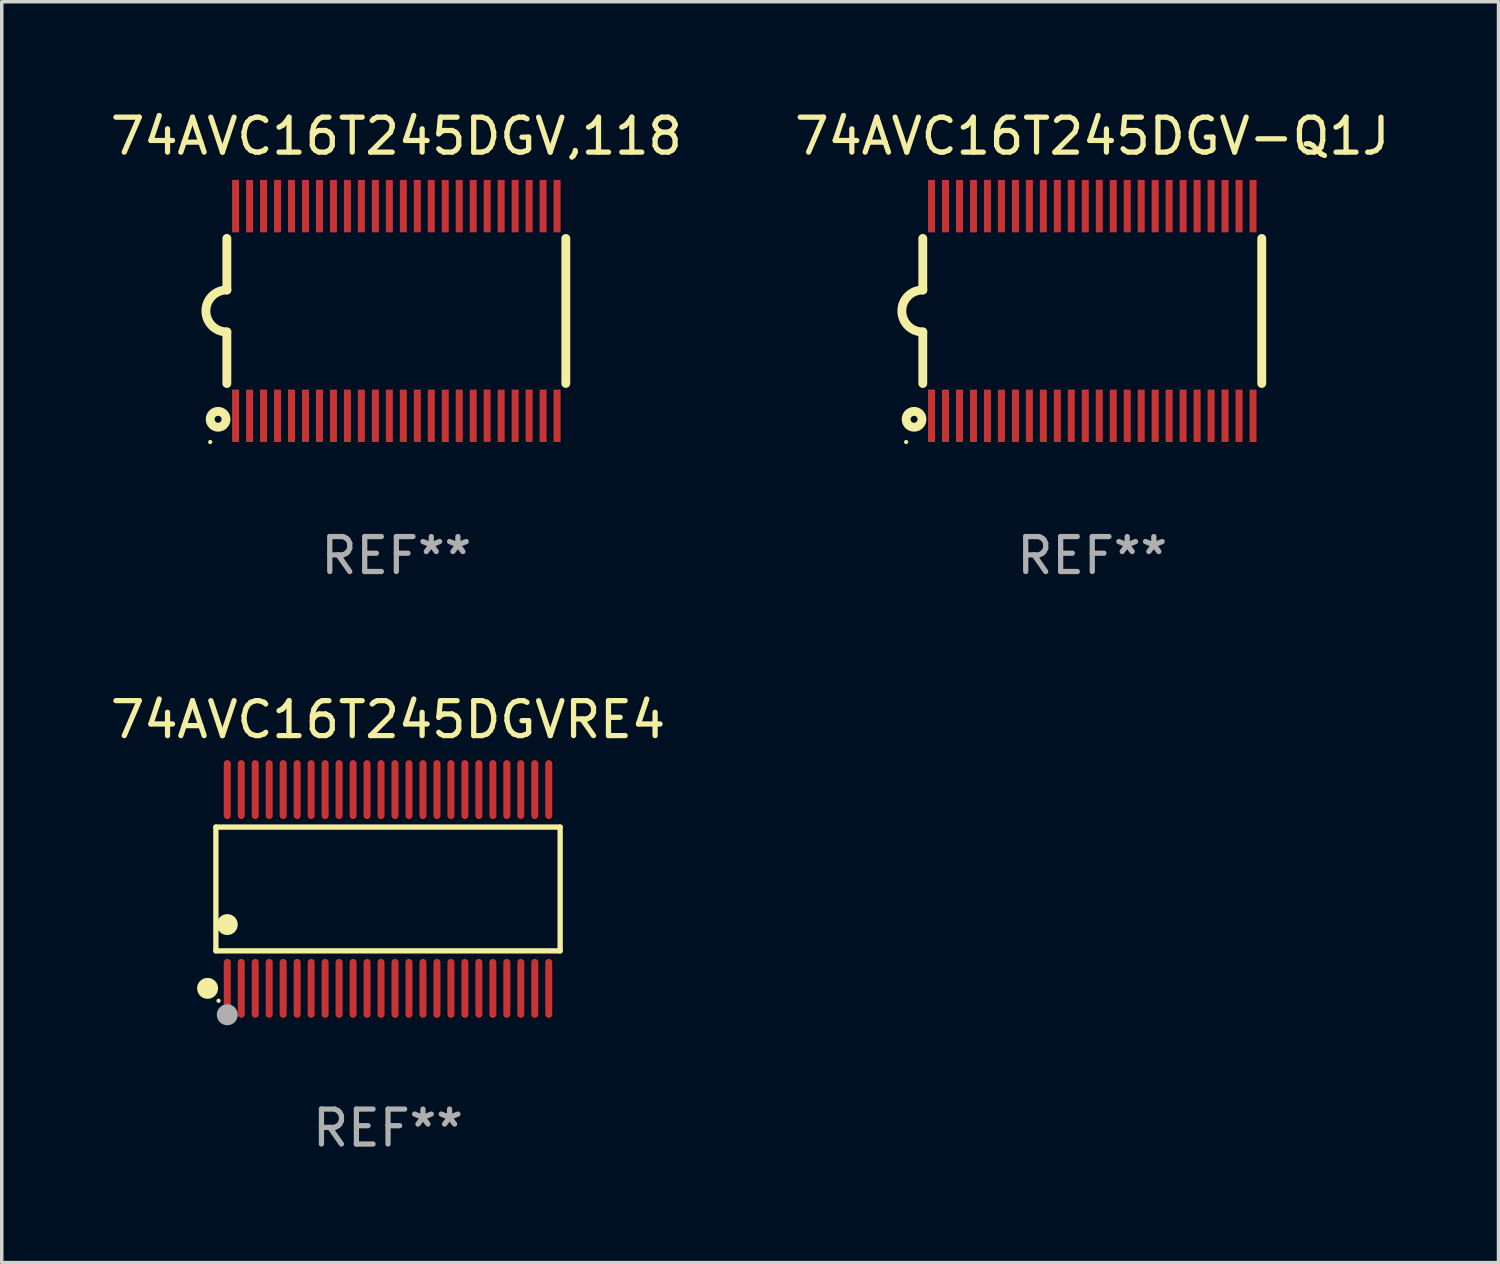
<source format=kicad_pcb>
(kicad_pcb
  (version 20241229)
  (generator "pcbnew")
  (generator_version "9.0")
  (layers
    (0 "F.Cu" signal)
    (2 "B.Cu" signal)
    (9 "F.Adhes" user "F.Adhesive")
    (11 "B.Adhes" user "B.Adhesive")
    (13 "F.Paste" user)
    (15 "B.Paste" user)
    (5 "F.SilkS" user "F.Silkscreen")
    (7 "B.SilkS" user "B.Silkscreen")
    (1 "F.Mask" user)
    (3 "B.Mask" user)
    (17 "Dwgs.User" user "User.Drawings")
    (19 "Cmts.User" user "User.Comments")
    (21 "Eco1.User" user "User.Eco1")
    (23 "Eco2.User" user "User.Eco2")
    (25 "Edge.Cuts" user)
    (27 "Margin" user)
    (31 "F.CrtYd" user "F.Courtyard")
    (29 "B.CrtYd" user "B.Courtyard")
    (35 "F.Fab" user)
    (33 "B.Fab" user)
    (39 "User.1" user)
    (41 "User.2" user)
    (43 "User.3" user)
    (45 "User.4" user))
  (footprint "74AVC16T245DGVRE4"
    (layer "F.Cu")
    (at 8.054 22.39)
    (property "Reference" "74AVC16T245DGVRE4" (at 0 -4.844 0) (layer "F.SilkS") (effects (font (size 1 1) (thickness 0.15))))
    (attr through_hole)
    (fp_line (start -4.926 -1.771) (end 4.926 -1.771) (stroke (width 0.152) (type solid)) (layer "F.SilkS"))
    (fp_line (start -4.926 1.771) (end -4.926 -1.771) (stroke (width 0.152) (type solid)) (layer "F.SilkS"))
    (fp_line (start 4.926 -1.771) (end 4.926 1.771) (stroke (width 0.152) (type solid)) (layer "F.SilkS"))
    (fp_line (start 4.926 1.771) (end -4.926 1.771) (stroke (width 0.152) (type solid)) (layer "F.SilkS"))
    (fp_circle (center -5.164 2.844) (end -5.014 2.844) (stroke (width 0.3) (type solid)) (fill no) (layer "F.SilkS"))
    (fp_circle (center -4.85 3.2) (end -4.82 3.2) (stroke (width 0.06) (type solid)) (fill no) (layer "F.SilkS"))
    (fp_circle (center -4.6 1.019) (end -4.45 1.019) (stroke (width 0.3) (type solid)) (fill no) (layer "F.SilkS"))
    (fp_circle (center -4.6 3.6) (end -4.45 3.6) (stroke (width 0.3) (type solid)) (fill no) (layer "F.Fab"))
    (fp_text user "REF**" (at 0 6.844 0) (layer "F.Fab") (effects (font (size 1 1) (thickness 0.15))))
    (pad "1" smd oval (at -4.6 2.844) (size 0.2 1.687) (layers "F.Cu" "F.Mask" "F.Paste"))
    (pad "2" smd oval (at -4.2 2.844) (size 0.2 1.687) (layers "F.Cu" "F.Mask" "F.Paste"))
    (pad "3" smd oval (at -3.8 2.844) (size 0.2 1.687) (layers "F.Cu" "F.Mask" "F.Paste"))
    (pad "4" smd oval (at -3.4 2.844) (size 0.2 1.687) (layers "F.Cu" "F.Mask" "F.Paste"))
    (pad "5" smd oval (at -3 2.844) (size 0.2 1.687) (layers "F.Cu" "F.Mask" "F.Paste"))
    (pad "6" smd oval (at -2.6 2.844) (size 0.2 1.687) (layers "F.Cu" "F.Mask" "F.Paste"))
    (pad "7" smd oval (at -2.2 2.844) (size 0.2 1.687) (layers "F.Cu" "F.Mask" "F.Paste"))
    (pad "8" smd oval (at -1.8 2.844) (size 0.2 1.687) (layers "F.Cu" "F.Mask" "F.Paste"))
    (pad "9" smd oval (at -1.4 2.844) (size 0.2 1.687) (layers "F.Cu" "F.Mask" "F.Paste"))
    (pad "10" smd oval (at -1 2.844) (size 0.2 1.687) (layers "F.Cu" "F.Mask" "F.Paste"))
    (pad "11" smd oval (at -0.6 2.844) (size 0.2 1.687) (layers "F.Cu" "F.Mask" "F.Paste"))
    (pad "12" smd oval (at -0.2 2.844) (size 0.2 1.687) (layers "F.Cu" "F.Mask" "F.Paste"))
    (pad "13" smd oval (at 0.2 2.844) (size 0.2 1.687) (layers "F.Cu" "F.Mask" "F.Paste"))
    (pad "14" smd oval (at 0.6 2.844) (size 0.2 1.687) (layers "F.Cu" "F.Mask" "F.Paste"))
    (pad "15" smd oval (at 1 2.844) (size 0.2 1.687) (layers "F.Cu" "F.Mask" "F.Paste"))
    (pad "16" smd oval (at 1.4 2.844) (size 0.2 1.687) (layers "F.Cu" "F.Mask" "F.Paste"))
    (pad "17" smd oval (at 1.8 2.844) (size 0.2 1.687) (layers "F.Cu" "F.Mask" "F.Paste"))
    (pad "18" smd oval (at 2.2 2.844) (size 0.2 1.687) (layers "F.Cu" "F.Mask" "F.Paste"))
    (pad "19" smd oval (at 2.6 2.844) (size 0.2 1.687) (layers "F.Cu" "F.Mask" "F.Paste"))
    (pad "20" smd oval (at 3 2.844) (size 0.2 1.687) (layers "F.Cu" "F.Mask" "F.Paste"))
    (pad "21" smd oval (at 3.4 2.844) (size 0.2 1.687) (layers "F.Cu" "F.Mask" "F.Paste"))
    (pad "22" smd oval (at 3.8 2.844) (size 0.2 1.687) (layers "F.Cu" "F.Mask" "F.Paste"))
    (pad "23" smd oval (at 4.2 2.844) (size 0.2 1.687) (layers "F.Cu" "F.Mask" "F.Paste"))
    (pad "24" smd oval (at 4.6 2.844) (size 0.2 1.687) (layers "F.Cu" "F.Mask" "F.Paste"))
    (pad "25" smd oval (at 4.6 -2.844) (size 0.2 1.687) (layers "F.Cu" "F.Mask" "F.Paste"))
    (pad "26" smd oval (at 4.2 -2.844) (size 0.2 1.687) (layers "F.Cu" "F.Mask" "F.Paste"))
    (pad "27" smd oval (at 3.8 -2.844) (size 0.2 1.687) (layers "F.Cu" "F.Mask" "F.Paste"))
    (pad "28" smd oval (at 3.4 -2.844) (size 0.2 1.687) (layers "F.Cu" "F.Mask" "F.Paste"))
    (pad "29" smd oval (at 3 -2.844) (size 0.2 1.687) (layers "F.Cu" "F.Mask" "F.Paste"))
    (pad "30" smd oval (at 2.6 -2.844) (size 0.2 1.687) (layers "F.Cu" "F.Mask" "F.Paste"))
    (pad "31" smd oval (at 2.2 -2.844) (size 0.2 1.687) (layers "F.Cu" "F.Mask" "F.Paste"))
    (pad "32" smd oval (at 1.8 -2.844) (size 0.2 1.687) (layers "F.Cu" "F.Mask" "F.Paste"))
    (pad "33" smd oval (at 1.4 -2.844) (size 0.2 1.687) (layers "F.Cu" "F.Mask" "F.Paste"))
    (pad "34" smd oval (at 1 -2.844) (size 0.2 1.687) (layers "F.Cu" "F.Mask" "F.Paste"))
    (pad "35" smd oval (at 0.6 -2.844) (size 0.2 1.687) (layers "F.Cu" "F.Mask" "F.Paste"))
    (pad "36" smd oval (at 0.2 -2.844) (size 0.2 1.687) (layers "F.Cu" "F.Mask" "F.Paste"))
    (pad "37" smd oval (at -0.2 -2.844) (size 0.2 1.687) (layers "F.Cu" "F.Mask" "F.Paste"))
    (pad "38" smd oval (at -0.6 -2.844) (size 0.2 1.687) (layers "F.Cu" "F.Mask" "F.Paste"))
    (pad "39" smd oval (at -1 -2.844) (size 0.2 1.687) (layers "F.Cu" "F.Mask" "F.Paste"))
    (pad "40" smd oval (at -1.4 -2.844) (size 0.2 1.687) (layers "F.Cu" "F.Mask" "F.Paste"))
    (pad "41" smd oval (at -1.8 -2.844) (size 0.2 1.687) (layers "F.Cu" "F.Mask" "F.Paste"))
    (pad "42" smd oval (at -2.2 -2.844) (size 0.2 1.687) (layers "F.Cu" "F.Mask" "F.Paste"))
    (pad "43" smd oval (at -2.6 -2.844) (size 0.2 1.687) (layers "F.Cu" "F.Mask" "F.Paste"))
    (pad "44" smd oval (at -3 -2.844) (size 0.2 1.687) (layers "F.Cu" "F.Mask" "F.Paste"))
    (pad "45" smd oval (at -3.4 -2.844) (size 0.2 1.687) (layers "F.Cu" "F.Mask" "F.Paste"))
    (pad "46" smd oval (at -3.8 -2.844) (size 0.2 1.687) (layers "F.Cu" "F.Mask" "F.Paste"))
    (pad "47" smd oval (at -4.2 -2.844) (size 0.2 1.687) (layers "F.Cu" "F.Mask" "F.Paste"))
    (pad "48" smd oval (at -4.6 -2.844) (size 0.2 1.687) (layers "F.Cu" "F.Mask" "F.Paste")))
  (footprint "74AVC16T245DGV-Q1J"
    (layer "F.Cu")
    (at 28.208 5.849)
    (property "Reference" "74AVC16T245DGV-Q1J" (at 0 -5.001 0) (layer "F.SilkS") (effects (font (size 1 1) (thickness 0.15))))
    (attr through_hole)
    (fp_line (start -4.85 -2.076) (end -4.85 -0.6) (stroke (width 0.254) (type solid)) (layer "F.SilkS"))
    (fp_line (start -4.85 2.076) (end -4.85 0.6) (stroke (width 0.254) (type solid)) (layer "F.SilkS"))
    (fp_line (start 4.85 -2.075) (end 4.85 2.075) (stroke (width 0.254) (type solid)) (layer "F.SilkS"))
    (fp_arc (start -4.850013 0.6) (mid -5.449099 -0.0008) (end -4.848869 -0.600457) (stroke (width 0.254001) (type solid)) (layer "F.SilkS"))
    (fp_circle (center -5.327 3.751) (end -5.297 3.751) (stroke (width 0.06) (type solid)) (fill no) (layer "F.SilkS"))
    (fp_circle (center -5.1 3.1) (end -5 3.1) (stroke (width 0.254) (type solid)) (fill no) (layer "F.SilkS"))
    (fp_text user "REF**" (at 0 7.001 0) (layer "F.Fab") (effects (font (size 1 1) (thickness 0.15))))
    (pad "1" smd rect (at -4.6 3) (size 0.2 1.5) (layers "F.Cu" "F.Mask" "F.Paste"))
    (pad "2" smd rect (at -4.2 3) (size 0.2 1.5) (layers "F.Cu" "F.Mask" "F.Paste"))
    (pad "3" smd rect (at -3.8 3) (size 0.2 1.5) (layers "F.Cu" "F.Mask" "F.Paste"))
    (pad "4" smd rect (at -3.4 3) (size 0.2 1.5) (layers "F.Cu" "F.Mask" "F.Paste"))
    (pad "5" smd rect (at -3 3.001) (size 0.2 1.5) (layers "F.Cu" "F.Mask" "F.Paste"))
    (pad "6" smd rect (at -2.6 3) (size 0.2 1.5) (layers "F.Cu" "F.Mask" "F.Paste"))
    (pad "7" smd rect (at -2.2 3) (size 0.2 1.5) (layers "F.Cu" "F.Mask" "F.Paste"))
    (pad "8" smd rect (at -1.8 3) (size 0.2 1.5) (layers "F.Cu" "F.Mask" "F.Paste"))
    (pad "9" smd rect (at -1.4 3) (size 0.2 1.5) (layers "F.Cu" "F.Mask" "F.Paste"))
    (pad "10" smd rect (at -1 3) (size 0.2 1.5) (layers "F.Cu" "F.Mask" "F.Paste"))
    (pad "11" smd rect (at -0.6 3) (size 0.2 1.5) (layers "F.Cu" "F.Mask" "F.Paste"))
    (pad "12" smd rect (at -0.2 3) (size 0.2 1.5) (layers "F.Cu" "F.Mask" "F.Paste"))
    (pad "13" smd rect (at 0.2 3) (size 0.2 1.5) (layers "F.Cu" "F.Mask" "F.Paste"))
    (pad "14" smd rect (at 0.6 3) (size 0.2 1.5) (layers "F.Cu" "F.Mask" "F.Paste"))
    (pad "15" smd rect (at 1 3) (size 0.2 1.5) (layers "F.Cu" "F.Mask" "F.Paste"))
    (pad "16" smd rect (at 1.4 3) (size 0.2 1.5) (layers "F.Cu" "F.Mask" "F.Paste"))
    (pad "17" smd rect (at 1.8 3) (size 0.2 1.5) (layers "F.Cu" "F.Mask" "F.Paste"))
    (pad "18" smd rect (at 2.2 3.001) (size 0.2 1.5) (layers "F.Cu" "F.Mask" "F.Paste"))
    (pad "19" smd rect (at 2.598 2.998) (size 0.2 1.5) (layers "F.Cu" "F.Mask" "F.Paste"))
    (pad "20" smd rect (at 3 3) (size 0.2 1.5) (layers "F.Cu" "F.Mask" "F.Paste"))
    (pad "21" smd rect (at 3.4 3) (size 0.2 1.5) (layers "F.Cu" "F.Mask" "F.Paste"))
    (pad "22" smd rect (at 3.8 2.998) (size 0.2 1.5) (layers "F.Cu" "F.Mask" "F.Paste"))
    (pad "23" smd rect (at 4.2 3) (size 0.2 1.5) (layers "F.Cu" "F.Mask" "F.Paste"))
    (pad "24" smd rect (at 4.6 3) (size 0.2 1.5) (layers "F.Cu" "F.Mask" "F.Paste"))
    (pad "25" smd rect (at 4.6 -3) (size 0.2 1.5) (layers "F.Cu" "F.Mask" "F.Paste"))
    (pad "26" smd rect (at 4.2 -3) (size 0.2 1.5) (layers "F.Cu" "F.Mask" "F.Paste"))
    (pad "27" smd rect (at 3.8 -3) (size 0.2 1.5) (layers "F.Cu" "F.Mask" "F.Paste"))
    (pad "28" smd rect (at 3.4 -3) (size 0.2 1.5) (layers "F.Cu" "F.Mask" "F.Paste"))
    (pad "29" smd rect (at 3 -3) (size 0.2 1.5) (layers "F.Cu" "F.Mask" "F.Paste"))
    (pad "30" smd rect (at 2.6 -3) (size 0.2 1.5) (layers "F.Cu" "F.Mask" "F.Paste"))
    (pad "31" smd rect (at 2.2 -3) (size 0.2 1.5) (layers "F.Cu" "F.Mask" "F.Paste"))
    (pad "32" smd rect (at 1.8 -3) (size 0.2 1.5) (layers "F.Cu" "F.Mask" "F.Paste"))
    (pad "33" smd rect (at 1.4 -3) (size 0.2 1.5) (layers "F.Cu" "F.Mask" "F.Paste"))
    (pad "34" smd rect (at 1 -3) (size 0.2 1.5) (layers "F.Cu" "F.Mask" "F.Paste"))
    (pad "35" smd rect (at 0.6 -3) (size 0.2 1.5) (layers "F.Cu" "F.Mask" "F.Paste"))
    (pad "36" smd rect (at 0.201 -3.001) (size 0.2 1.5) (layers "F.Cu" "F.Mask" "F.Paste"))
    (pad "37" smd rect (at -0.2 -3) (size 0.2 1.5) (layers "F.Cu" "F.Mask" "F.Paste"))
    (pad "38" smd rect (at -0.6 -3) (size 0.2 1.5) (layers "F.Cu" "F.Mask" "F.Paste"))
    (pad "39" smd rect (at -1 -3) (size 0.2 1.5) (layers "F.Cu" "F.Mask" "F.Paste"))
    (pad "40" smd rect (at -1.4 -3) (size 0.2 1.5) (layers "F.Cu" "F.Mask" "F.Paste"))
    (pad "41" smd rect (at -1.8 -3) (size 0.2 1.5) (layers "F.Cu" "F.Mask" "F.Paste"))
    (pad "42" smd rect (at -2.2 -3) (size 0.2 1.5) (layers "F.Cu" "F.Mask" "F.Paste"))
    (pad "43" smd rect (at -2.6 -3) (size 0.2 1.5) (layers "F.Cu" "F.Mask" "F.Paste"))
    (pad "44" smd rect (at -3 -3) (size 0.2 1.5) (layers "F.Cu" "F.Mask" "F.Paste"))
    (pad "45" smd rect (at -3.4 -3) (size 0.2 1.5) (layers "F.Cu" "F.Mask" "F.Paste"))
    (pad "46" smd rect (at -3.8 -3) (size 0.2 1.5) (layers "F.Cu" "F.Mask" "F.Paste"))
    (pad "47" smd rect (at -4.2 -3) (size 0.2 1.5) (layers "F.Cu" "F.Mask" "F.Paste"))
    (pad "48" smd rect (at -4.6 -3) (size 0.2 1.5) (layers "F.Cu" "F.Mask" "F.Paste")))
  (footprint "74AVC16T245DGV,118"
    (layer "F.Cu")
    (at 8.292 5.849)
    (property "Reference" "74AVC16T245DGV,118" (at 0 -5.001 0) (layer "F.SilkS") (effects (font (size 1 1) (thickness 0.15))))
    (attr through_hole)
    (fp_line (start -4.85 -2.076) (end -4.85 -0.6) (stroke (width 0.254) (type solid)) (layer "F.SilkS"))
    (fp_line (start -4.85 2.076) (end -4.85 0.6) (stroke (width 0.254) (type solid)) (layer "F.SilkS"))
    (fp_line (start 4.85 -2.075) (end 4.85 2.075) (stroke (width 0.254) (type solid)) (layer "F.SilkS"))
    (fp_arc (start -4.850013 0.6) (mid -5.449099 -0.0008) (end -4.848869 -0.600457) (stroke (width 0.254001) (type solid)) (layer "F.SilkS"))
    (fp_circle (center -5.327 3.751) (end -5.297 3.751) (stroke (width 0.06) (type solid)) (fill no) (layer "F.SilkS"))
    (fp_circle (center -5.1 3.1) (end -5 3.1) (stroke (width 0.254) (type solid)) (fill no) (layer "F.SilkS"))
    (fp_text user "REF**" (at 0 7.001 0) (layer "F.Fab") (effects (font (size 1 1) (thickness 0.15))))
    (pad "1" smd rect (at -4.6 3) (size 0.2 1.5) (layers "F.Cu" "F.Mask" "F.Paste"))
    (pad "2" smd rect (at -4.2 3) (size 0.2 1.5) (layers "F.Cu" "F.Mask" "F.Paste"))
    (pad "3" smd rect (at -3.8 3) (size 0.2 1.5) (layers "F.Cu" "F.Mask" "F.Paste"))
    (pad "4" smd rect (at -3.4 3) (size 0.2 1.5) (layers "F.Cu" "F.Mask" "F.Paste"))
    (pad "5" smd rect (at -3 3.001) (size 0.2 1.5) (layers "F.Cu" "F.Mask" "F.Paste"))
    (pad "6" smd rect (at -2.6 3) (size 0.2 1.5) (layers "F.Cu" "F.Mask" "F.Paste"))
    (pad "7" smd rect (at -2.2 3) (size 0.2 1.5) (layers "F.Cu" "F.Mask" "F.Paste"))
    (pad "8" smd rect (at -1.8 3) (size 0.2 1.5) (layers "F.Cu" "F.Mask" "F.Paste"))
    (pad "9" smd rect (at -1.4 3) (size 0.2 1.5) (layers "F.Cu" "F.Mask" "F.Paste"))
    (pad "10" smd rect (at -1 3) (size 0.2 1.5) (layers "F.Cu" "F.Mask" "F.Paste"))
    (pad "11" smd rect (at -0.6 3) (size 0.2 1.5) (layers "F.Cu" "F.Mask" "F.Paste"))
    (pad "12" smd rect (at -0.2 3) (size 0.2 1.5) (layers "F.Cu" "F.Mask" "F.Paste"))
    (pad "13" smd rect (at 0.2 3) (size 0.2 1.5) (layers "F.Cu" "F.Mask" "F.Paste"))
    (pad "14" smd rect (at 0.6 3) (size 0.2 1.5) (layers "F.Cu" "F.Mask" "F.Paste"))
    (pad "15" smd rect (at 1 3) (size 0.2 1.5) (layers "F.Cu" "F.Mask" "F.Paste"))
    (pad "16" smd rect (at 1.4 3) (size 0.2 1.5) (layers "F.Cu" "F.Mask" "F.Paste"))
    (pad "17" smd rect (at 1.8 3) (size 0.2 1.5) (layers "F.Cu" "F.Mask" "F.Paste"))
    (pad "18" smd rect (at 2.2 3.001) (size 0.2 1.5) (layers "F.Cu" "F.Mask" "F.Paste"))
    (pad "19" smd rect (at 2.598 2.998) (size 0.2 1.5) (layers "F.Cu" "F.Mask" "F.Paste"))
    (pad "20" smd rect (at 3 3) (size 0.2 1.5) (layers "F.Cu" "F.Mask" "F.Paste"))
    (pad "21" smd rect (at 3.4 3) (size 0.2 1.5) (layers "F.Cu" "F.Mask" "F.Paste"))
    (pad "22" smd rect (at 3.8 2.998) (size 0.2 1.5) (layers "F.Cu" "F.Mask" "F.Paste"))
    (pad "23" smd rect (at 4.2 3) (size 0.2 1.5) (layers "F.Cu" "F.Mask" "F.Paste"))
    (pad "24" smd rect (at 4.6 3) (size 0.2 1.5) (layers "F.Cu" "F.Mask" "F.Paste"))
    (pad "25" smd rect (at 4.6 -3) (size 0.2 1.5) (layers "F.Cu" "F.Mask" "F.Paste"))
    (pad "26" smd rect (at 4.2 -3) (size 0.2 1.5) (layers "F.Cu" "F.Mask" "F.Paste"))
    (pad "27" smd rect (at 3.8 -3) (size 0.2 1.5) (layers "F.Cu" "F.Mask" "F.Paste"))
    (pad "28" smd rect (at 3.4 -3) (size 0.2 1.5) (layers "F.Cu" "F.Mask" "F.Paste"))
    (pad "29" smd rect (at 3 -3) (size 0.2 1.5) (layers "F.Cu" "F.Mask" "F.Paste"))
    (pad "30" smd rect (at 2.6 -3) (size 0.2 1.5) (layers "F.Cu" "F.Mask" "F.Paste"))
    (pad "31" smd rect (at 2.2 -3) (size 0.2 1.5) (layers "F.Cu" "F.Mask" "F.Paste"))
    (pad "32" smd rect (at 1.8 -3) (size 0.2 1.5) (layers "F.Cu" "F.Mask" "F.Paste"))
    (pad "33" smd rect (at 1.4 -3) (size 0.2 1.5) (layers "F.Cu" "F.Mask" "F.Paste"))
    (pad "34" smd rect (at 1 -3) (size 0.2 1.5) (layers "F.Cu" "F.Mask" "F.Paste"))
    (pad "35" smd rect (at 0.6 -3) (size 0.2 1.5) (layers "F.Cu" "F.Mask" "F.Paste"))
    (pad "36" smd rect (at 0.201 -3.001) (size 0.2 1.5) (layers "F.Cu" "F.Mask" "F.Paste"))
    (pad "37" smd rect (at -0.2 -3) (size 0.2 1.5) (layers "F.Cu" "F.Mask" "F.Paste"))
    (pad "38" smd rect (at -0.6 -3) (size 0.2 1.5) (layers "F.Cu" "F.Mask" "F.Paste"))
    (pad "39" smd rect (at -1 -3) (size 0.2 1.5) (layers "F.Cu" "F.Mask" "F.Paste"))
    (pad "40" smd rect (at -1.4 -3) (size 0.2 1.5) (layers "F.Cu" "F.Mask" "F.Paste"))
    (pad "41" smd rect (at -1.8 -3) (size 0.2 1.5) (layers "F.Cu" "F.Mask" "F.Paste"))
    (pad "42" smd rect (at -2.2 -3) (size 0.2 1.5) (layers "F.Cu" "F.Mask" "F.Paste"))
    (pad "43" smd rect (at -2.6 -3) (size 0.2 1.5) (layers "F.Cu" "F.Mask" "F.Paste"))
    (pad "44" smd rect (at -3 -3) (size 0.2 1.5) (layers "F.Cu" "F.Mask" "F.Paste"))
    (pad "45" smd rect (at -3.4 -3) (size 0.2 1.5) (layers "F.Cu" "F.Mask" "F.Paste"))
    (pad "46" smd rect (at -3.8 -3) (size 0.2 1.5) (layers "F.Cu" "F.Mask" "F.Paste"))
    (pad "47" smd rect (at -4.2 -3) (size 0.2 1.5) (layers "F.Cu" "F.Mask" "F.Paste"))
    (pad "48" smd rect (at -4.6 -3) (size 0.2 1.5) (layers "F.Cu" "F.Mask" "F.Paste")))
  (gr_rect
    (start -3 -3)
    (end 39.833 33.082)
    (stroke (width 0.1) (type default))
    (fill no)
    (layer "Edge.Cuts")))
</source>
